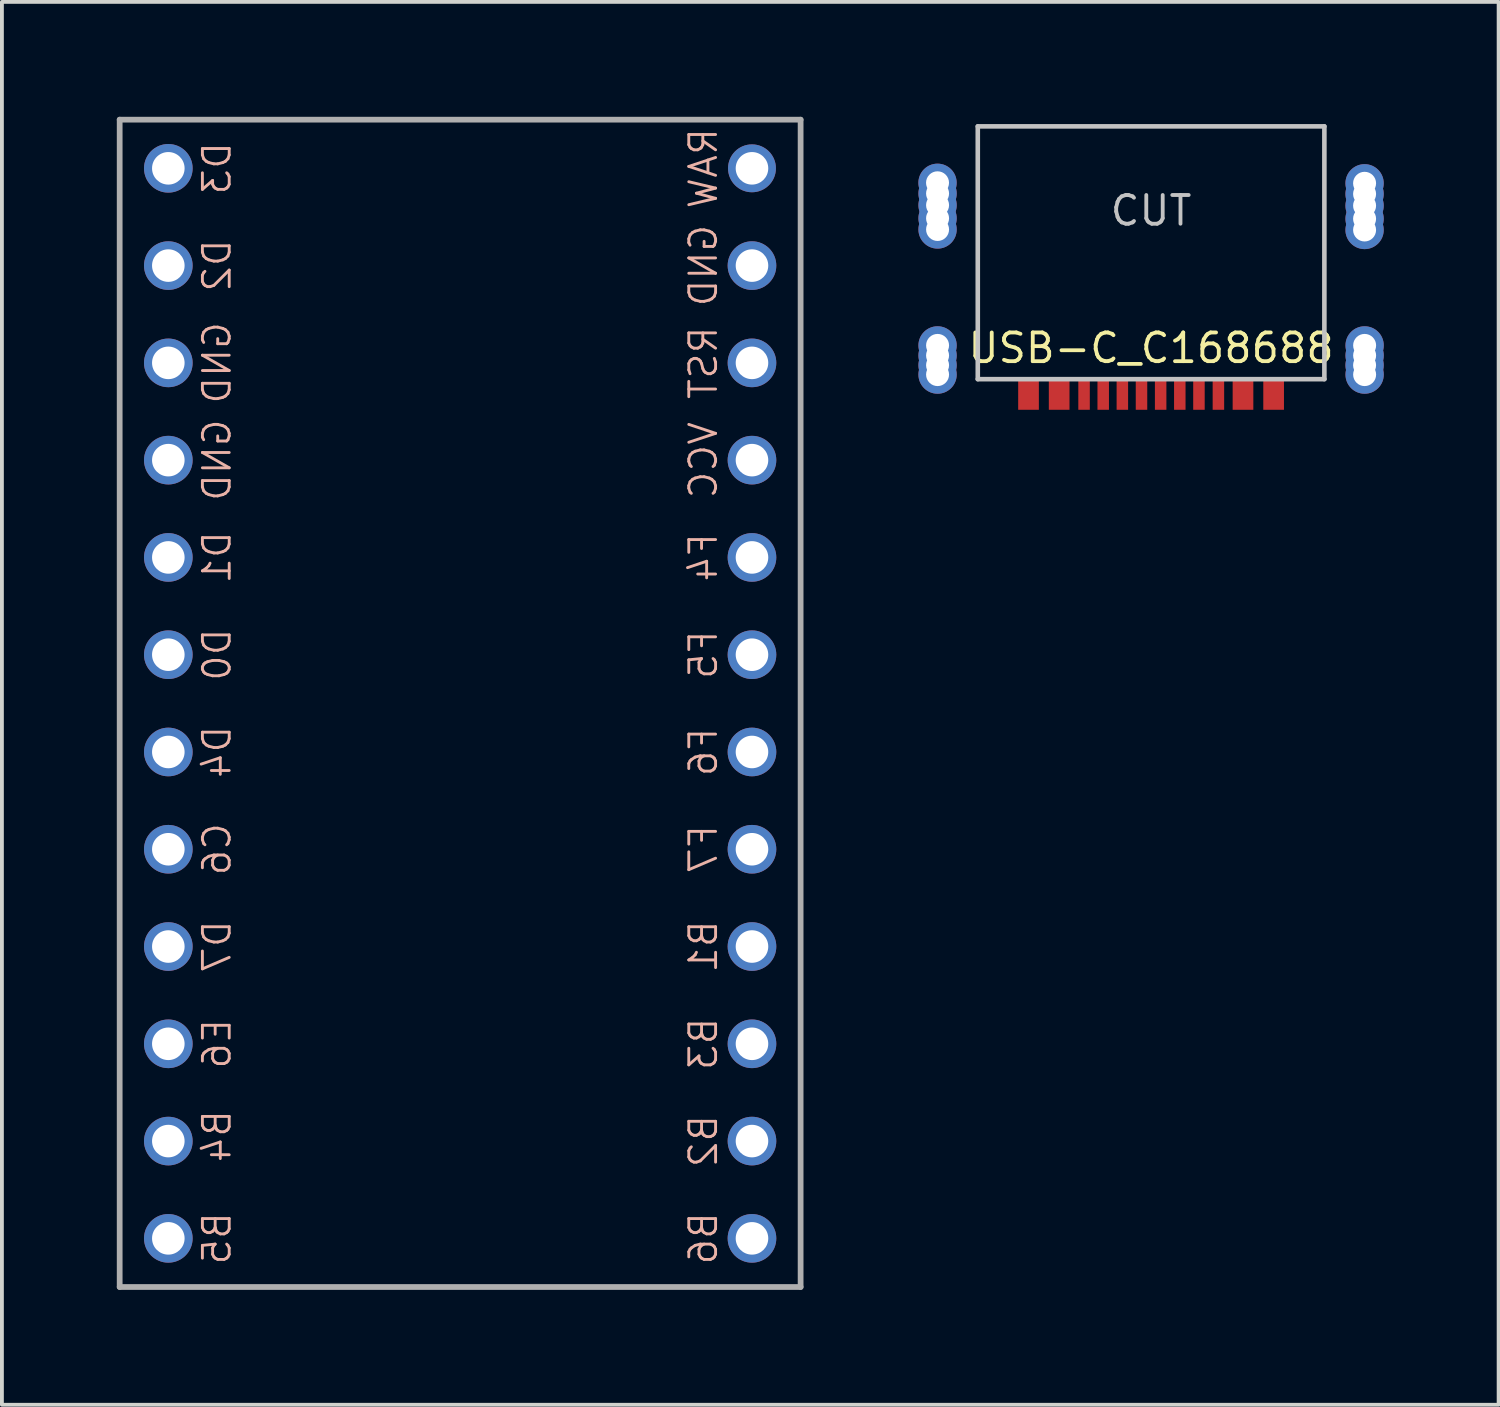
<source format=kicad_pcb>
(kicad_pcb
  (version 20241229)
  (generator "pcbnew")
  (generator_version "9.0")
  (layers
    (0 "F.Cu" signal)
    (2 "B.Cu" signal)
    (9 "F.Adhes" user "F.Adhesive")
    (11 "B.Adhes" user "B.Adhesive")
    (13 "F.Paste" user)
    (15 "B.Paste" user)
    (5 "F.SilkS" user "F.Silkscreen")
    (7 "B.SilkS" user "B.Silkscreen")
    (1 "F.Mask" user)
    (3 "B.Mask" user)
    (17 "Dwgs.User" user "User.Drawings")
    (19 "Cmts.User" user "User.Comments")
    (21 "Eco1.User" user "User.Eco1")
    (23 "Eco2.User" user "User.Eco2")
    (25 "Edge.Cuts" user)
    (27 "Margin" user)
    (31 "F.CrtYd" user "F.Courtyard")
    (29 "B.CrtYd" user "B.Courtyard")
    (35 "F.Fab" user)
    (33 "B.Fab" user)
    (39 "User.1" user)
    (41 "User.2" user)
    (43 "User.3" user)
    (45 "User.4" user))
  (footprint "USB-C_C168688"
    (layer "F.Cu")
    (at 27.006 0.25)
    (property "Reference" "USB-C_C168688" (at 0 5.789 0) (layer "F.SilkS") (effects (font (size 0.75 0.75) (thickness 0.1))))
    (attr smd)
    (fp_line (start -4.525 0) (end -4.525 6.6) (stroke (width 0.12) (type solid)) (layer "Dwgs.User"))
    (fp_line (start -4.525 0) (end 4.525 0) (stroke (width 0.12) (type solid)) (layer "Dwgs.User"))
    (fp_line (start -4.525 6.6) (end 4.525 6.6) (stroke (width 0.12) (type solid)) (layer "Dwgs.User"))
    (fp_line (start 4.525 0) (end 4.525 6.6) (stroke (width 0.12) (type solid)) (layer "Dwgs.User"))
    (fp_text user "CUT" (at 0 2.2 0) (layer "Dwgs.User") (effects (font (size 0.75 0.75) (thickness 0.1))))
    (pad "A1" smd rect (at -3.2 7) (size 0.54 0.8) (layers "F.Cu" "F.Mask" "F.Paste"))
    (pad "A1" smd rect (at 3.2 7) (size 0.54 0.8) (layers "F.Cu" "F.Mask" "F.Paste"))
    (pad "A4" smd rect (at -2.4 7) (size 0.54 0.8) (layers "F.Cu" "F.Mask" "F.Paste"))
    (pad "A4" smd rect (at 2.4 7) (size 0.54 0.8) (layers "F.Cu" "F.Mask" "F.Paste"))
    (pad "A5" smd rect (at 1.25 7) (size 0.3 0.8) (layers "F.Cu" "F.Mask" "F.Paste"))
    (pad "A6" smd rect (at 0.25 7) (size 0.3 0.8) (layers "F.Cu" "F.Mask" "F.Paste"))
    (pad "A7" smd rect (at -0.25 7) (size 0.3 0.8) (layers "F.Cu" "F.Mask" "F.Paste"))
    (pad "A8" smd rect (at -1.25 7) (size 0.3 0.8) (layers "F.Cu" "F.Mask" "F.Paste"))
    (pad "B5" smd rect (at -1.75 7) (size 0.3 0.8) (layers "F.Cu" "F.Mask" "F.Paste"))
    (pad "B6" smd rect (at -0.75 7) (size 0.3 0.8) (layers "F.Cu" "F.Mask" "F.Paste"))
    (pad "B7" smd rect (at 0.75 7) (size 0.3 0.8) (layers "F.Cu" "F.Mask" "F.Paste"))
    (pad "B8" smd rect (at 1.758 7) (size 0.3 0.8) (layers "F.Cu" "F.Mask" "F.Paste"))
    (pad "S1" thru_hole circle (at -5.576 1.473) (size 1 1) (drill 0.6) (layers "*.Cu" "*.Mask"))
    (pad "S1" thru_hole circle (at -5.575 1.753) (size 1 1) (drill 0.6) (layers "*.Cu" "*.Mask"))
    (pad "S1" thru_hole circle (at -5.575 2.057) (size 1 1) (drill 0.6) (layers "*.Cu" "*.Mask"))
    (pad "S1" thru_hole circle (at -5.575 2.4) (size 1 1) (drill 0.6) (layers "*.Cu" "*.Mask"))
    (pad "S1" thru_hole circle (at -5.575 2.692) (size 1 1) (drill 0.6) (layers "*.Cu" "*.Mask"))
    (pad "S1" thru_hole circle (at -5.575 6.236) (size 1 1) (drill 0.6) (layers "*.Cu" "*.Mask"))
    (pad "S1" thru_hole circle (at -5.575 5.719) (size 1 1) (drill 0.6) (layers "*.Cu" "*.Mask"))
    (pad "S1" thru_hole circle (at -5.575 5.982) (size 1 1) (drill 0.6) (layers "*.Cu" "*.Mask"))
    (pad "S1" thru_hole circle (at -5.575 6.481) (size 1 1) (drill 0.6) (layers "*.Cu" "*.Mask"))
    (pad "S1" thru_hole circle (at 5.575 1.486) (size 1 1) (drill 0.6) (layers "*.Cu" "*.Mask"))
    (pad "S1" thru_hole circle (at 5.575 1.765) (size 1 1) (drill 0.6) (layers "*.Cu" "*.Mask"))
    (pad "S1" thru_hole circle (at 5.575 2.07) (size 1 1) (drill 0.6) (layers "*.Cu" "*.Mask"))
    (pad "S1" thru_hole circle (at 5.575 2.413) (size 1 1) (drill 0.6) (layers "*.Cu" "*.Mask"))
    (pad "S1" thru_hole circle (at 5.575 2.705) (size 1 1) (drill 0.6) (layers "*.Cu" "*.Mask"))
    (pad "S1" thru_hole circle (at 5.575 6.236) (size 1 1) (drill 0.6) (layers "*.Cu" "*.Mask"))
    (pad "S1" thru_hole circle (at 5.576 5.719) (size 1 1) (drill 0.6) (layers "*.Cu" "*.Mask"))
    (pad "S1" thru_hole circle (at 5.576 5.982) (size 1 1) (drill 0.6) (layers "*.Cu" "*.Mask"))
    (pad "S1" thru_hole circle (at 5.576 6.481) (size 1 1) (drill 0.6) (layers "*.Cu" "*.Mask")))
  (footprint "pro_micro"
    (layer "F.Cu")
    (at 8.965 15.315)
    (property "Reference" "pro_micro" (at 0 11.303 0) (layer "Eco1.User") (effects (font (size 1.27 1.524) (thickness 0.203))))
    (attr through_hole)
    (fp_line (start -8.89 -15.24) (end 8.89 -15.24) (stroke (width 0.15) (type solid)) (layer "F.Fab"))
    (fp_line (start -8.89 15.24) (end -8.89 -15.24) (stroke (width 0.15) (type solid)) (layer "F.Fab"))
    (fp_line (start 8.89 -15.24) (end 8.89 15.24) (stroke (width 0.15) (type solid)) (layer "F.Fab"))
    (fp_line (start 8.89 15.24) (end -8.89 15.24) (stroke (width 0.15) (type solid)) (layer "F.Fab"))
    (fp_text user "D4" (at -6.35 1.27 90) (layer "B.SilkS") (effects (font (size 0.7 0.7) (thickness 0.075)) (justify mirror)))
    (fp_text user "B5" (at -6.35 13.97 270) (layer "B.SilkS") (effects (font (size 0.7 0.7) (thickness 0.075)) (justify mirror)))
    (fp_text user "D0" (at -6.35 -1.27 270) (layer "B.SilkS") (effects (font (size 0.7 0.7) (thickness 0.075)) (justify mirror)))
    (fp_text user "RST" (at 6.35 -8.89 90) (layer "B.SilkS") (effects (font (size 0.7 0.7) (thickness 0.075)) (justify mirror)))
    (fp_text user "F5" (at 6.35 -1.27 270) (layer "B.SilkS") (effects (font (size 0.7 0.7) (thickness 0.075)) (justify mirror)))
    (fp_text user "B2" (at 6.35 11.43 270) (layer "B.SilkS") (effects (font (size 0.7 0.7) (thickness 0.075)) (justify mirror)))
    (fp_text user "VCC" (at 6.35 -6.35 270) (layer "B.SilkS") (effects (font (size 0.7 0.7) (thickness 0.075)) (justify mirror)))
    (fp_text user "E6" (at -6.35 8.89 270) (layer "B.SilkS") (effects (font (size 0.7 0.7) (thickness 0.075)) (justify mirror)))
    (fp_text user "B4" (at -6.35 11.303 90) (layer "B.SilkS") (effects (font (size 0.7 0.7) (thickness 0.075)) (justify mirror)))
    (fp_text user "D3" (at -6.35 -13.97 270) (layer "B.SilkS") (effects (font (size 0.7 0.7) (thickness 0.075)) (justify mirror)))
    (fp_text user "B1" (at 6.35 6.35 270) (layer "B.SilkS") (effects (font (size 0.7 0.7) (thickness 0.075)) (justify mirror)))
    (fp_text user "F6" (at 6.35 1.27 270) (layer "B.SilkS") (effects (font (size 0.7 0.7) (thickness 0.075)) (justify mirror)))
    (fp_text user "GND" (at -6.35 -8.89 90) (layer "B.SilkS") (effects (font (size 0.7 0.7) (thickness 0.075)) (justify mirror)))
    (fp_text user "B3" (at 6.35 8.89 90) (layer "B.SilkS") (effects (font (size 0.7 0.7) (thickness 0.075)) (justify mirror)))
    (fp_text user "D1" (at -6.35 -3.81 90) (layer "B.SilkS") (effects (font (size 0.7 0.7) (thickness 0.075)) (justify mirror)))
    (fp_text user "B6" (at 6.35 13.97 270) (layer "B.SilkS") (effects (font (size 0.7 0.7) (thickness 0.075)) (justify mirror)))
    (fp_text user "C6" (at -6.35 3.81 270) (layer "B.SilkS") (effects (font (size 0.7 0.7) (thickness 0.075)) (justify mirror)))
    (fp_text user "F7" (at 6.35 3.81 270) (layer "B.SilkS") (effects (font (size 0.7 0.7) (thickness 0.075)) (justify mirror)))
    (fp_text user "F4" (at 6.35 -3.81 270) (layer "B.SilkS") (effects (font (size 0.7 0.7) (thickness 0.075)) (justify mirror)))
    (fp_text user "GND" (at -6.35 -6.35 90) (layer "B.SilkS") (effects (font (size 0.7 0.7) (thickness 0.075)) (justify mirror)))
    (fp_text user "GND" (at 6.35 -11.43 270) (layer "B.SilkS") (effects (font (size 0.7 0.7) (thickness 0.075)) (justify mirror)))
    (fp_text user "RAW" (at 6.35 -13.97 270) (layer "B.SilkS") (effects (font (size 0.7 0.7) (thickness 0.075)) (justify mirror)))
    (fp_text user "D2" (at -6.35 -11.43 90) (unlocked yes) (layer "B.SilkS") (effects (font (size 0.7 0.7) (thickness 0.075)) (justify mirror)))
    (fp_text user "D7" (at -6.35 6.35 90) (layer "B.SilkS") (effects (font (size 0.7 0.7) (thickness 0.075)) (justify mirror)))
    (pad "1" thru_hole circle (at 7.62 -13.97 270) (size 1.25 1.25) (drill 0.85) (layers "*.Cu" "*.Mask"))
    (pad "2" thru_hole circle (at 7.62 -11.43 270) (size 1.27 1.27) (drill 0.85) (layers "*.Cu" "*.Mask"))
    (pad "3" thru_hole circle (at 7.62 -8.89 270) (size 1.27 1.27) (drill 0.85) (layers "*.Cu" "*.Mask"))
    (pad "4" thru_hole circle (at 7.62 -6.35 270) (size 1.27 1.27) (drill 0.85) (layers "*.Cu" "*.Mask"))
    (pad "5" thru_hole circle (at 7.62 -3.81 270) (size 1.27 1.27) (drill 0.85) (layers "*.Cu" "*.Mask"))
    (pad "6" thru_hole circle (at 7.62 -1.27 270) (size 1.27 1.27) (drill 0.85) (layers "*.Cu" "*.Mask"))
    (pad "7" thru_hole circle (at 7.62 1.27 270) (size 1.27 1.27) (drill 0.85) (layers "*.Cu" "*.Mask"))
    (pad "8" thru_hole circle (at 7.62 3.81 270) (size 1.27 1.27) (drill 0.85) (layers "*.Cu" "*.Mask"))
    (pad "9" thru_hole circle (at 7.62 6.35 270) (size 1.27 1.27) (drill 0.85) (layers "*.Cu" "*.Mask"))
    (pad "10" thru_hole circle (at 7.62 8.89 270) (size 1.27 1.27) (drill 0.85) (layers "*.Cu" "*.Mask"))
    (pad "11" thru_hole circle (at 7.62 11.43 270) (size 1.27 1.27) (drill 0.85) (layers "*.Cu" "*.Mask"))
    (pad "12" thru_hole circle (at 7.62 13.97 270) (size 1.27 1.27) (drill 0.85) (layers "*.Cu" "*.Mask"))
    (pad "13" thru_hole circle (at -7.62 -13.97 270) (size 1.27 1.27) (drill 0.85) (layers "*.Cu" "*.Mask"))
    (pad "14" thru_hole circle (at -7.62 -11.43 270) (size 1.27 1.27) (drill 0.85) (layers "*.Cu" "*.Mask"))
    (pad "15" thru_hole circle (at -7.62 -8.89 270) (size 1.27 1.27) (drill 0.85) (layers "*.Cu" "*.Mask"))
    (pad "16" thru_hole circle (at -7.62 -6.35 270) (size 1.27 1.27) (drill 0.85) (layers "*.Cu" "*.Mask"))
    (pad "17" thru_hole circle (at -7.62 -3.81 270) (size 1.27 1.27) (drill 0.85) (layers "*.Cu" "*.Mask"))
    (pad "18" thru_hole circle (at -7.62 -1.27 270) (size 1.27 1.27) (drill 0.85) (layers "*.Cu" "*.Mask"))
    (pad "19" thru_hole circle (at -7.62 1.27 270) (size 1.27 1.27) (drill 0.85) (layers "*.Cu" "*.Mask"))
    (pad "20" thru_hole circle (at -7.62 3.81 270) (size 1.27 1.27) (drill 0.85) (layers "*.Cu" "*.Mask"))
    (pad "21" thru_hole circle (at -7.62 6.35 270) (size 1.27 1.27) (drill 0.85) (layers "*.Cu" "*.Mask"))
    (pad "22" thru_hole circle (at -7.62 8.89 270) (size 1.27 1.27) (drill 0.85) (layers "*.Cu" "*.Mask"))
    (pad "23" thru_hole circle (at -7.62 11.43 270) (size 1.27 1.27) (drill 0.85) (layers "*.Cu" "*.Mask"))
    (pad "24" thru_hole circle (at -7.62 13.97 270) (size 1.27 1.27) (drill 0.85) (layers "*.Cu" "*.Mask")))
  (gr_rect
    (start -3 -3)
    (end 36.081 33.63)
    (stroke (width 0.1) (type default))
    (fill no)
    (layer "Edge.Cuts")))
</source>
